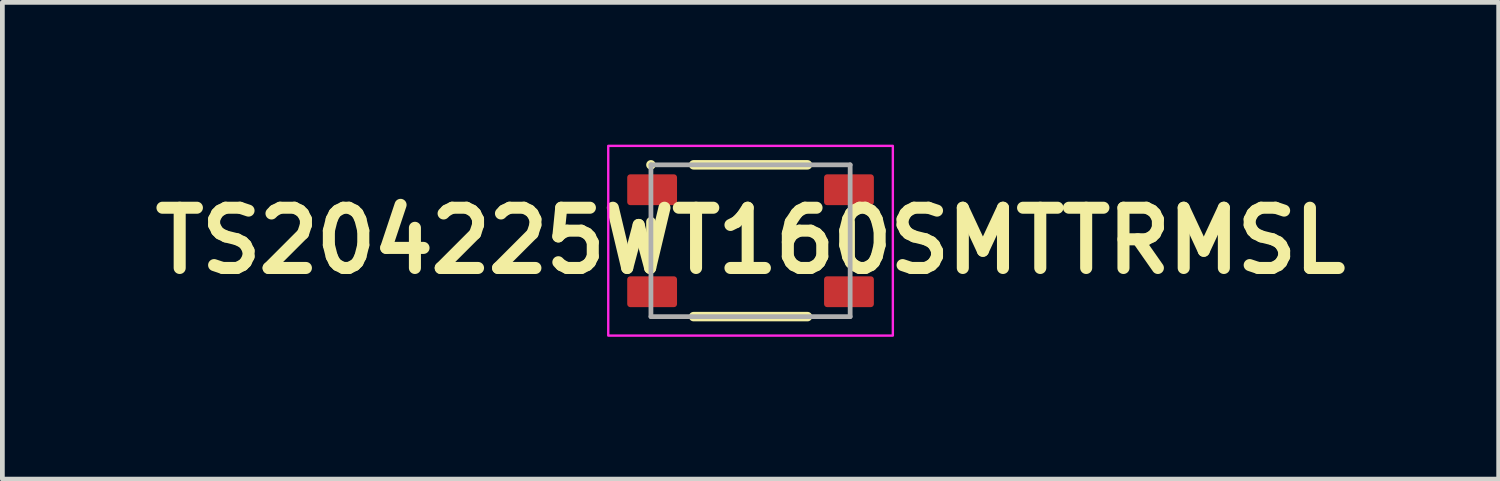
<source format=kicad_pcb>
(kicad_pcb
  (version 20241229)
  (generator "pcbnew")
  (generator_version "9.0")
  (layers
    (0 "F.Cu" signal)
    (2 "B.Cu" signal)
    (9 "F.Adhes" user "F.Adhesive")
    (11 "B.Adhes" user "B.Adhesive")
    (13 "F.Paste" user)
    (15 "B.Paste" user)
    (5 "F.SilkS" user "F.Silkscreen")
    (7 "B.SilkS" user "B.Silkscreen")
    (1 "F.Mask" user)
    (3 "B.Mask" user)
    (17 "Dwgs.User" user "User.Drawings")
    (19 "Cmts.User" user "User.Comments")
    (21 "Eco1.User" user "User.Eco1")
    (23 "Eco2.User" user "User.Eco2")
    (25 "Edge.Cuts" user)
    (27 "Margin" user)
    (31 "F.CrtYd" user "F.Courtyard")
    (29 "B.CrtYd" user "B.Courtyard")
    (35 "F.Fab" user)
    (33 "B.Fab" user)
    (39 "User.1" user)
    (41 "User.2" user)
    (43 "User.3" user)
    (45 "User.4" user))
  (footprint "TS204225WT160SMTTRMSL"
    (layer "F.Cu")
    (at 12.773 2.025)
    (property "Reference" "TS204225WT160SMTTRMSL" (at 0 0 0) (layer "F.SilkS") (effects (font (size 1.27 1.27) (thickness 0.254))))
    (attr smd)
    (fp_line (start -2.1 -0.4) (end -2.1 0.4) (stroke (width 0.2) (type solid)) (layer "F.SilkS"))
    (fp_line (start -1.2 1.6) (end 1.2 1.6) (stroke (width 0.2) (type solid)) (layer "F.SilkS"))
    (fp_line (start 1.2 -1.6) (end -1.2 -1.6) (stroke (width 0.2) (type solid)) (layer "F.SilkS"))
    (fp_line (start 2.1 0.4) (end 2.1 -0.4) (stroke (width 0.2) (type solid)) (layer "F.SilkS"))
    (fp_circle (center -2.1 -1.6) (end -2.1 -1.5) (stroke (width 0) (type solid)) (fill yes) (layer "F.SilkS"))
    (fp_rect (start -3 -2) (end 3 2) (stroke (width 0.05) (type default)) (fill no) (layer "F.CrtYd"))
    (fp_line (start -2.1 -1.6) (end -2.1 1.6) (stroke (width 0.1) (type solid)) (layer "F.Fab"))
    (fp_line (start -2.1 1.6) (end 2.1 1.6) (stroke (width 0.1) (type solid)) (layer "F.Fab"))
    (fp_line (start 2.1 -1.6) (end -2.1 -1.6) (stroke (width 0.1) (type solid)) (layer "F.Fab"))
    (fp_line (start 2.1 1.6) (end 2.1 -1.6) (stroke (width 0.1) (type solid)) (layer "F.Fab"))
    (pad "1" smd roundrect (at -2.075 -1.075 90) (size 0.65 1.05) (layers "F.Cu" "F.Mask" "F.Paste") (roundrect_rratio 0.1))
    (pad "2" smd roundrect (at 2.075 -1.075 90) (size 0.65 1.05) (layers "F.Cu" "F.Mask" "F.Paste") (roundrect_rratio 0.1))
    (pad "3" smd roundrect (at -2.075 1.075 90) (size 0.65 1.05) (layers "F.Cu" "F.Mask" "F.Paste") (roundrect_rratio 0.1))
    (pad "4" smd roundrect (at 2.075 1.075 90) (size 0.65 1.05) (layers "F.Cu" "F.Mask" "F.Paste") (roundrect_rratio 0.1)))
  (gr_rect
    (start -3 -3)
    (end 28.545 7.05)
    (stroke (width 0.1) (type default))
    (fill no)
    (layer "Edge.Cuts")))
</source>
